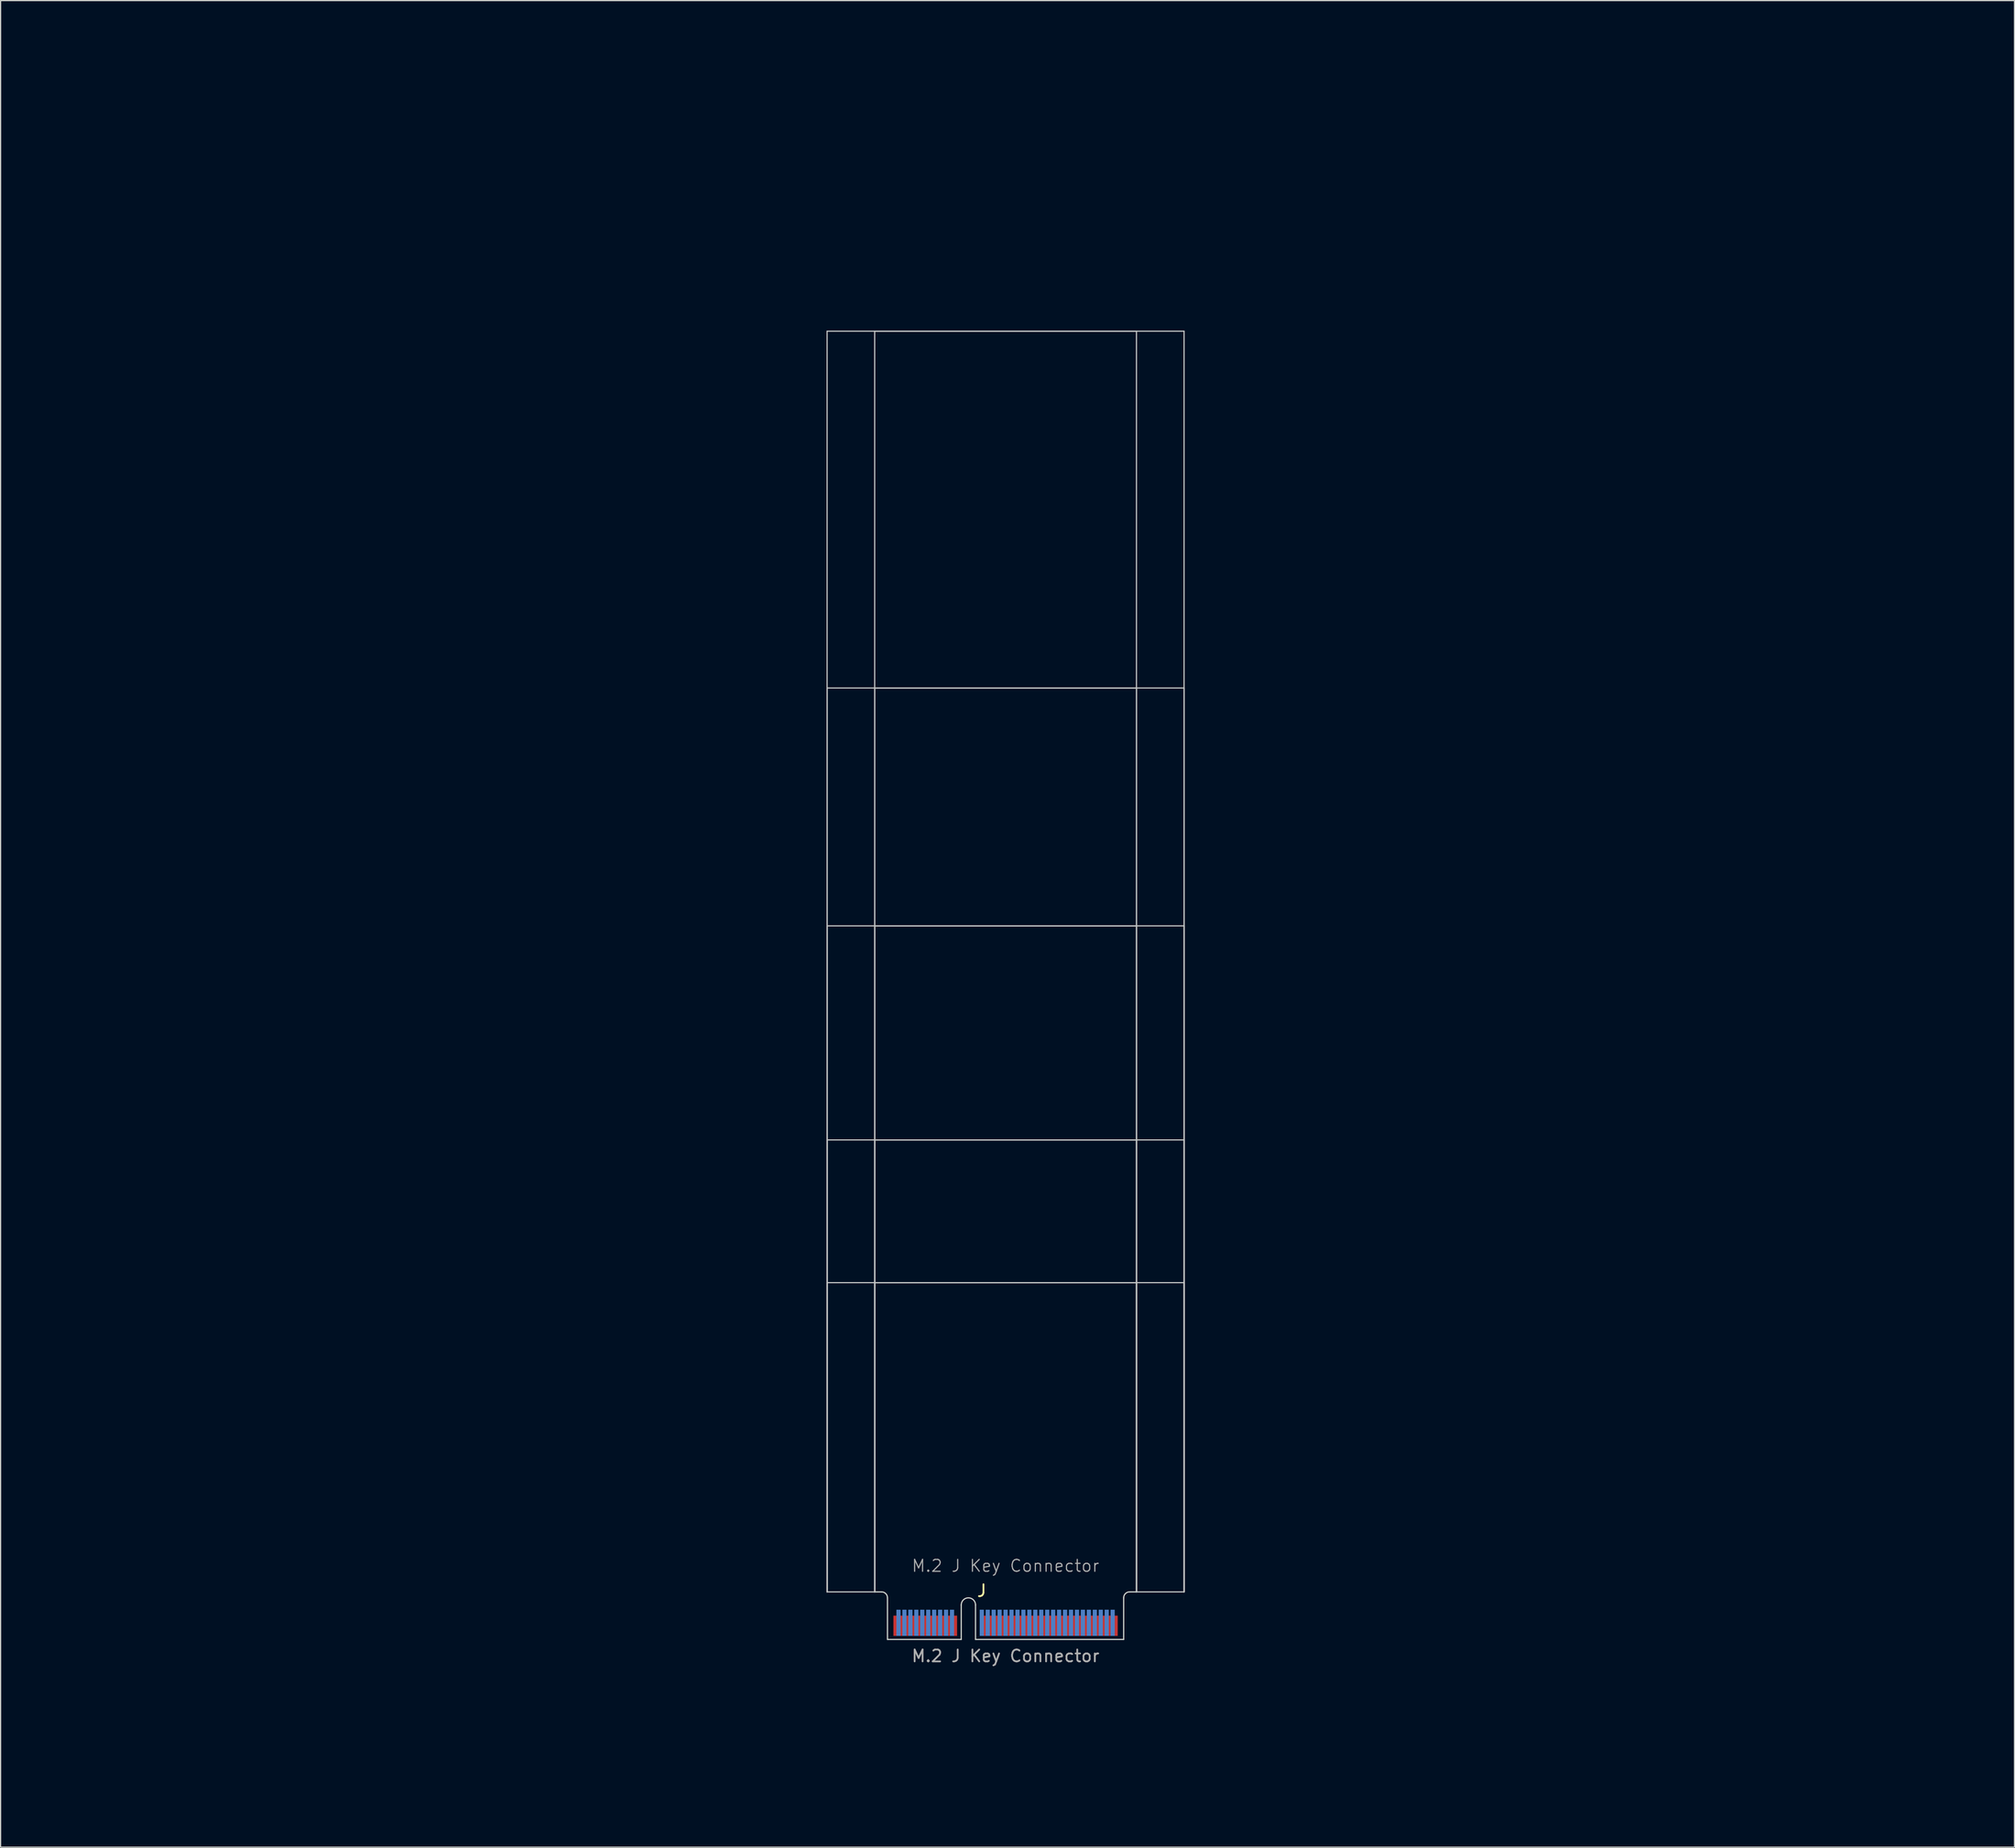
<source format=kicad_pcb>
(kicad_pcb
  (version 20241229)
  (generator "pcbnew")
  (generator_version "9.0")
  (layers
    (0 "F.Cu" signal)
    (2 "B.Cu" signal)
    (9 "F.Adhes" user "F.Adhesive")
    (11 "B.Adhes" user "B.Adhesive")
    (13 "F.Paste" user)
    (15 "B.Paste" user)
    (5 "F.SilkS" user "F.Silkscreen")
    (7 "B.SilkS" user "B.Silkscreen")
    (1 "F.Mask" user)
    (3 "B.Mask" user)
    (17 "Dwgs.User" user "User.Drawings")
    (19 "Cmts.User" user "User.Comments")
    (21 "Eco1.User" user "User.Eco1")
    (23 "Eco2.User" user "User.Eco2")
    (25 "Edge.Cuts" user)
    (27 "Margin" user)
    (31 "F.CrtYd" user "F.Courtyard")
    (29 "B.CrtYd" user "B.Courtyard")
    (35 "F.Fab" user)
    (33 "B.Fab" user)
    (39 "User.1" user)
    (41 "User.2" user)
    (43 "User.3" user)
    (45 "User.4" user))
  (footprint "M.2 J Key Connector"
    (layer "F.Cu")
    (at 81.459 133.687)
    (property "Reference" "M.2 J Key Connector" (at 0 -5.08 0) (unlocked yes) (layer "F.Fab") (effects (font (size 1 1) (thickness 0.1))))
    (attr exclude_from_pos_files exclude_from_bom)
    (fp_rect (start -9.925 -0.94) (end 9.925 1.11) (stroke (width 0) (type default)) (fill yes) (layer "F.Mask"))
    (fp_rect (start -9.925 -1.44) (end 9.925 1.11) (stroke (width 0) (type default)) (fill yes) (layer "B.Mask"))
    (fp_line (start -15 -108.89) (end 15 -108.89) (stroke (width 0.1) (type default)) (layer "Dwgs.User"))
    (fp_line (start -15 -78.89) (end 15 -78.89) (stroke (width 0.1) (type default)) (layer "Dwgs.User"))
    (fp_line (start -15 -58.89) (end 15 -58.89) (stroke (width 0.1) (type default)) (layer "Dwgs.User"))
    (fp_line (start -15 -40.89) (end 15 -40.89) (stroke (width 0.1) (type default)) (layer "Dwgs.User"))
    (fp_line (start -15 -28.89) (end 15 -28.89) (stroke (width 0.1) (type default)) (layer "Dwgs.User"))
    (fp_line (start -15 -2.89) (end -15 -108.89) (stroke (width 0.1) (type default)) (layer "Dwgs.User"))
    (fp_line (start -15 -2.89) (end -15 -78.89) (stroke (width 0.1) (type default)) (layer "Dwgs.User"))
    (fp_line (start -15 -2.89) (end -15 -58.89) (stroke (width 0.1) (type default)) (layer "Dwgs.User"))
    (fp_line (start -15 -2.89) (end -15 -40.89) (stroke (width 0.1) (type default)) (layer "Dwgs.User"))
    (fp_line (start -15 -2.89) (end -15 -28.89) (stroke (width 0.1) (type default)) (layer "Dwgs.User"))
    (fp_line (start -11 -108.89) (end 11 -108.89) (stroke (width 0.1) (type default)) (layer "Dwgs.User"))
    (fp_line (start -11 -78.89) (end 11 -78.89) (stroke (width 0.1) (type default)) (layer "Dwgs.User"))
    (fp_line (start -11 -58.89) (end 11 -58.89) (stroke (width 0.1) (type default)) (layer "Dwgs.User"))
    (fp_line (start -11 -40.89) (end 11 -40.89) (stroke (width 0.1) (type default)) (layer "Dwgs.User"))
    (fp_line (start -11 -28.89) (end 11 -28.89) (stroke (width 0.1) (type default)) (layer "Dwgs.User"))
    (fp_line (start -11 -2.89) (end -15 -2.89) (stroke (width 0.1) (type default)) (layer "Dwgs.User"))
    (fp_line (start -11 -2.89) (end -11 -108.89) (stroke (width 0.1) (type default)) (layer "Dwgs.User"))
    (fp_line (start -11 -2.89) (end -11 -78.89) (stroke (width 0.1) (type default)) (layer "Dwgs.User"))
    (fp_line (start -11 -2.89) (end -11 -58.89) (stroke (width 0.1) (type default)) (layer "Dwgs.User"))
    (fp_line (start -11 -2.89) (end -11 -40.89) (stroke (width 0.1) (type default)) (layer "Dwgs.User"))
    (fp_line (start -11 -2.89) (end -11 -28.89) (stroke (width 0.1) (type default)) (layer "Dwgs.User"))
    (fp_line (start 11 -108.89) (end 11 -2.89) (stroke (width 0.1) (type default)) (layer "Dwgs.User"))
    (fp_line (start 11 -78.89) (end 11 -2.89) (stroke (width 0.1) (type default)) (layer "Dwgs.User"))
    (fp_line (start 11 -58.89) (end 11 -2.89) (stroke (width 0.1) (type default)) (layer "Dwgs.User"))
    (fp_line (start 11 -40.89) (end 11 -2.89) (stroke (width 0.1) (type default)) (layer "Dwgs.User"))
    (fp_line (start 11 -28.89) (end 11 -2.89) (stroke (width 0.1) (type default)) (layer "Dwgs.User"))
    (fp_line (start 11 -2.89) (end 15 -2.89) (stroke (width 0.1) (type default)) (layer "Dwgs.User"))
    (fp_line (start 15 -108.89) (end 15 -2.89) (stroke (width 0.1) (type default)) (layer "Dwgs.User"))
    (fp_line (start 15 -78.89) (end 15 -2.89) (stroke (width 0.1) (type default)) (layer "Dwgs.User"))
    (fp_line (start 15 -40.89) (end 15 -2.89) (stroke (width 0.1) (type default)) (layer "Dwgs.User"))
    (fp_line (start 15 -28.89) (end 15 -2.89) (stroke (width 0.1) (type default)) (layer "Dwgs.User"))
    (fp_line (start 15 -2.89) (end 15 -58.89) (stroke (width 0.1) (type default)) (layer "Dwgs.User"))
    (fp_line (start -11 -2.89) (end -10.425 -2.89) (stroke (width 0.1) (type default)) (layer "Edge.Cuts"))
    (fp_line (start -9.925 -2.39) (end -9.925 1.11) (stroke (width 0.1) (type default)) (layer "Edge.Cuts"))
    (fp_line (start -3.725 -1.79) (end -3.725 1.11) (stroke (width 0.1) (type default)) (layer "Edge.Cuts"))
    (fp_line (start -3.725 1.11) (end -9.925 1.11) (stroke (width 0.1) (type default)) (layer "Edge.Cuts"))
    (fp_line (start -2.525 -1.79) (end -2.525 1.11) (stroke (width 0.1) (type default)) (layer "Edge.Cuts"))
    (fp_line (start -2.525 1.11) (end 9.925 1.11) (stroke (width 0.1) (type default)) (layer "Edge.Cuts"))
    (fp_line (start 9.925 -2.39) (end 9.925 1.11) (stroke (width 0.1) (type default)) (layer "Edge.Cuts"))
    (fp_line (start 10.425 -2.89) (end 11 -2.89) (stroke (width 0.1) (type default)) (layer "Edge.Cuts"))
    (fp_arc (start -10.425 -2.89) (mid -10.071447 -2.743553) (end -9.925 -2.39) (stroke (width 0.1) (type default)) (layer "Edge.Cuts"))
    (fp_arc (start -3.725 -1.79) (mid -3.125 -2.39) (end -2.525 -1.79) (stroke (width 0.1) (type default)) (layer "Edge.Cuts"))
    (fp_arc (start 9.925 -2.39) (mid 10.071447 -2.743553) (end 10.425 -2.89) (stroke (width 0.1) (type default)) (layer "Edge.Cuts"))
    (fp_line (start -0.71 -109.6) (end 0.71 -108.18) (stroke (width 0.15) (type default)) (layer "User.3"))
    (fp_line (start -0.71 -79.6) (end 0.71 -78.18) (stroke (width 0.15) (type default)) (layer "User.3"))
    (fp_line (start -0.71 -59.6) (end 0.71 -58.18) (stroke (width 0.15) (type default)) (layer "User.3"))
    (fp_line (start -0.71 -41.6) (end 0.71 -40.18) (stroke (width 0.15) (type default)) (layer "User.3"))
    (fp_line (start -0.71 -29.6) (end 0.71 -28.18) (stroke (width 0.15) (type default)) (layer "User.3"))
    (fp_line (start 0.71 -109.6) (end -0.71 -108.18) (stroke (width 0.15) (type default)) (layer "User.3"))
    (fp_line (start 0.71 -79.6) (end -0.71 -78.18) (stroke (width 0.15) (type default)) (layer "User.3"))
    (fp_line (start 0.71 -59.6) (end -0.71 -58.18) (stroke (width 0.15) (type default)) (layer "User.3"))
    (fp_line (start 0.71 -41.6) (end -0.71 -40.18) (stroke (width 0.15) (type default)) (layer "User.3"))
    (fp_line (start 0.71 -29.6) (end -0.71 -28.18) (stroke (width 0.15) (type default)) (layer "User.3"))
    (fp_rect (start -15 -108.89) (end 15 -105.09) (stroke (width 0.1) (type default)) (fill no) (layer "User.4"))
    (fp_rect (start -15 -78.89) (end 15 -75.09) (stroke (width 0.1) (type default)) (fill no) (layer "User.4"))
    (fp_rect (start -15 -58.89) (end 15 -55.09) (stroke (width 0.1) (type default)) (fill no) (layer "User.4"))
    (fp_rect (start -15 -40.89) (end 15 -37.09) (stroke (width 0.1) (type default)) (fill no) (layer "User.4"))
    (fp_rect (start -15 -28.89) (end 15 -25.09) (stroke (width 0.1) (type default)) (fill no) (layer "User.4"))
    (fp_text user "J" (at -2.48 -2.4 0) (unlocked yes) (layer "F.SilkS") (effects (font (size 1 1) (thickness 0.15)) (justify left bottom)))
    (fp_text user "${REFERENCE}" (at 0 2.5 0) (unlocked yes) (layer "F.Fab") (effects (font (size 1 1) (thickness 0.15))))
    (fp_text user "22, 30mm width and 30, 42, 60, 80, 110mm length shown in Blue (User.2 Layer)" (at 0.02 14.055 0) (unlocked yes) (layer "User.2") (effects (font (size 2 2) (thickness 0.2))))
    (fp_text user "Place \"M.2 Mounting Pad\" Footprint from library on Teal (User.3 Layer) X's" (at -0.13 9.4 0) (unlocked yes) (layer "User.3") (effects (font (size 2 2) (thickness 0.2))))
    (fp_text user "Yellow areas (User.4 Layer) reserverd for RF recepticals or for components when no RF recepticals used." (at 0.165 4.83 0) (unlocked yes) (layer "User.4") (effects (font (size 2 2) (thickness 0.2))))
    (dimension (type orthogonal) (layer "User.2") (pts (xy 70.459 24.797) (xy 92.459 24.797)) (height -12.48) (orientation 0) (format (prefix "") (suffix "") (units 3) (units_format 0) (precision 4) (suppress_zeroes yes)) (style (thickness 0.1) (arrow_length 1.27) (text_position_mode 0) (arrow_direction outward) (extension_height 0.586) (extension_offset 0.5) (keep_text_aligned yes)) (gr_text "22" (at 81.459 8.917 0) (layer "User.2") (effects (font (size 3 3) (thickness 0.4)))))
    (dimension (type orthogonal) (layer "User.2") (pts (xy 91.384 134.797) (xy 91.384 74.797)) (height 45.245) (orientation 1) (format (prefix "") (suffix "") (units 3) (units_format 0) (precision 4) (suppress_zeroes yes)) (style (thickness 0.1) (arrow_length 1.27) (text_position_mode 0) (arrow_direction outward) (extension_height 0.586) (extension_offset 0.5) (keep_text_aligned yes)) (gr_text "60" (at 133.329 104.797 90) (layer "User.2") (effects (font (size 3 3) (thickness 0.3)))))
    (dimension (type orthogonal) (layer "User.2") (pts (xy 91.384 134.797) (xy 91.384 92.797)) (height 32.695) (orientation 1) (format (prefix "") (suffix "") (units 3) (units_format 0) (precision 4) (suppress_zeroes yes)) (style (thickness 0.1) (arrow_length 1.27) (text_position_mode 0) (arrow_direction outward) (extension_height 0.586) (extension_offset 0.5) (keep_text_aligned yes)) (gr_text "42" (at 120.779 113.797 90) (layer "User.2") (effects (font (size 3 3) (thickness 0.3)))))
    (dimension (type orthogonal) (layer "User.2") (pts (xy 91.384 134.797) (xy 91.384 24.797)) (height 69.74) (orientation 1) (format (prefix "") (suffix "") (units 3) (units_format 0) (precision 4) (suppress_zeroes yes)) (style (thickness 0.1) (arrow_length 1.27) (text_position_mode 0) (arrow_direction outward) (extension_height 0.586) (extension_offset 0.5) (keep_text_aligned yes)) (gr_text "110" (at 157.824 79.797 90) (layer "User.2") (effects (font (size 3 3) (thickness 0.3)))))
    (dimension (type orthogonal) (layer "User.2") (pts (xy 91.384 134.797) (xy 91.384 104.797)) (height 20.795) (orientation 1) (format (prefix "") (suffix "") (units 3) (units_format 0) (precision 4) (suppress_zeroes yes)) (style (thickness 0.1) (arrow_length 1.27) (text_position_mode 0) (arrow_direction outward) (extension_height 0.586) (extension_offset 0.5) (keep_text_aligned yes)) (gr_text "30" (at 108.879 119.797 90) (layer "User.2") (effects (font (size 3 3) (thickness 0.3)))))
    (dimension (type orthogonal) (layer "User.2") (pts (xy 66.459 23.687) (xy 96.459 23.687)) (height -17.83) (orientation 0) (format (prefix "") (suffix "") (units 3) (units_format 0) (precision 4) (suppress_zeroes yes)) (style (thickness 0.1) (arrow_length 1.27) (text_position_mode 0) (arrow_direction outward) (extension_height 0.586) (extension_offset 0.5) (keep_text_aligned yes)) (gr_text "30" (at 81.459 2.457 0) (layer "User.2") (effects (font (size 3 3) (thickness 0.4)))))
    (dimension (type orthogonal) (layer "User.2") (pts (xy 91.369 134.797) (xy 91.369 54.797)) (height 58.985) (orientation 1) (format (prefix "") (suffix "") (units 3) (units_format 0) (precision 4) (suppress_zeroes yes)) (style (thickness 0.1) (arrow_length 1.27) (text_position_mode 0) (arrow_direction outward) (extension_height 0.586) (extension_offset 0.5) (keep_text_aligned yes)) (gr_text "80" (at 147.054 94.797 90) (layer "User.2") (effects (font (size 3 3) (thickness 0.3)))))
    (pad "1" smd rect (at 9.25 -0.04 180) (size 0.35 1.7) (layers "F.Cu"))
    (pad "2" smd rect (at 9 -0.29 180) (size 0.35 2.2) (layers "B.Cu"))
    (pad "3" smd rect (at 8.75 -0.04 180) (size 0.35 1.7) (layers "F.Cu"))
    (pad "4" smd rect (at 8.5 -0.29 180) (size 0.35 2.2) (layers "B.Cu"))
    (pad "5" smd rect (at 8.25 -0.04 180) (size 0.35 1.7) (layers "F.Cu"))
    (pad "6" smd rect (at 8 -0.29 180) (size 0.35 2.2) (layers "B.Cu"))
    (pad "7" smd rect (at 7.75 -0.04 180) (size 0.35 1.7) (layers "F.Cu"))
    (pad "8" smd rect (at 7.5 -0.29 180) (size 0.35 2.2) (layers "B.Cu"))
    (pad "9" smd rect (at 7.25 -0.04 180) (size 0.35 1.7) (layers "F.Cu"))
    (pad "10" smd rect (at 7 -0.29 180) (size 0.35 2.2) (layers "B.Cu"))
    (pad "11" smd rect (at 6.75 -0.04 180) (size 0.35 1.7) (layers "F.Cu"))
    (pad "12" smd rect (at 6.5 -0.29 180) (size 0.35 2.2) (layers "B.Cu"))
    (pad "13" smd rect (at 6.25 -0.04 180) (size 0.35 1.7) (layers "F.Cu"))
    (pad "14" smd rect (at 6 -0.29 180) (size 0.35 2.2) (layers "B.Cu"))
    (pad "15" smd rect (at 5.75 -0.04 180) (size 0.35 1.7) (layers "F.Cu"))
    (pad "16" smd rect (at 5.5 -0.29 180) (size 0.35 2.2) (layers "B.Cu"))
    (pad "17" smd rect (at 5.25 -0.04 180) (size 0.35 1.7) (layers "F.Cu"))
    (pad "18" smd rect (at 5 -0.29 180) (size 0.35 2.2) (layers "B.Cu"))
    (pad "19" smd rect (at 4.75 -0.04 180) (size 0.35 1.7) (layers "F.Cu"))
    (pad "20" smd rect (at 4.5 -0.29 180) (size 0.35 2.2) (layers "B.Cu"))
    (pad "21" smd rect (at 4.25 -0.04 180) (size 0.35 1.7) (layers "F.Cu"))
    (pad "22" smd rect (at 4 -0.29 180) (size 0.35 2.2) (layers "B.Cu"))
    (pad "23" smd rect (at 3.75 -0.04 180) (size 0.35 1.7) (layers "F.Cu"))
    (pad "24" smd rect (at 3.5 -0.29 180) (size 0.35 2.2) (layers "B.Cu"))
    (pad "25" smd rect (at 3.25 -0.04 180) (size 0.35 1.7) (layers "F.Cu"))
    (pad "26" smd rect (at 3 -0.29 180) (size 0.35 2.2) (layers "B.Cu"))
    (pad "27" smd rect (at 2.75 -0.04 180) (size 0.35 1.7) (layers "F.Cu"))
    (pad "28" smd rect (at 2.5 -0.29 180) (size 0.35 2.2) (layers "B.Cu"))
    (pad "29" smd rect (at 2.25 -0.04 180) (size 0.35 1.7) (layers "F.Cu"))
    (pad "30" smd rect (at 2 -0.29 180) (size 0.35 2.2) (layers "B.Cu"))
    (pad "31" smd rect (at 1.75 -0.04 180) (size 0.35 1.7) (layers "F.Cu"))
    (pad "32" smd rect (at 1.5 -0.29 180) (size 0.35 2.2) (layers "B.Cu"))
    (pad "33" smd rect (at 1.25 -0.04 180) (size 0.35 1.7) (layers "F.Cu"))
    (pad "34" smd rect (at 1 -0.29 180) (size 0.35 2.2) (layers "B.Cu"))
    (pad "35" smd rect (at 0.75 -0.04 180) (size 0.35 1.7) (layers "F.Cu"))
    (pad "36" smd rect (at 0.5 -0.29 180) (size 0.35 2.2) (layers "B.Cu"))
    (pad "37" smd rect (at 0.25 -0.04 180) (size 0.35 1.7) (layers "F.Cu"))
    (pad "38" smd rect (at 0 -0.29 180) (size 0.35 2.2) (layers "B.Cu"))
    (pad "39" smd rect (at -0.25 -0.04 180) (size 0.35 1.7) (layers "F.Cu"))
    (pad "40" smd rect (at -0.5 -0.29 180) (size 0.35 2.2) (layers "B.Cu"))
    (pad "41" smd rect (at -0.75 -0.04 180) (size 0.35 1.7) (layers "F.Cu"))
    (pad "42" smd rect (at -1 -0.29 180) (size 0.35 2.2) (layers "B.Cu"))
    (pad "43" smd rect (at -1.25 -0.04 180) (size 0.35 1.7) (layers "F.Cu"))
    (pad "44" smd rect (at -1.5 -0.29 180) (size 0.35 2.2) (layers "B.Cu"))
    (pad "45" smd rect (at -1.75 -0.04 180) (size 0.35 1.7) (layers "F.Cu"))
    (pad "46" smd rect (at -2 -0.29 180) (size 0.35 2.2) (layers "B.Cu"))
    (pad "55" smd rect (at -4.25 -0.04 180) (size 0.35 1.7) (layers "F.Cu"))
    (pad "56" smd rect (at -4.5 -0.29 180) (size 0.35 2.2) (layers "B.Cu"))
    (pad "57" smd rect (at -4.75 -0.04 180) (size 0.35 1.7) (layers "F.Cu"))
    (pad "58" smd rect (at -5 -0.29 180) (size 0.35 2.2) (layers "B.Cu"))
    (pad "59" smd rect (at -5.25 -0.04 180) (size 0.35 1.7) (layers "F.Cu"))
    (pad "60" smd rect (at -5.5 -0.29 180) (size 0.35 2.2) (layers "B.Cu"))
    (pad "61" smd rect (at -5.75 -0.04 180) (size 0.35 1.7) (layers "F.Cu"))
    (pad "62" smd rect (at -6 -0.29 180) (size 0.35 2.2) (layers "B.Cu"))
    (pad "63" smd rect (at -6.25 -0.04 180) (size 0.35 1.7) (layers "F.Cu"))
    (pad "64" smd rect (at -6.5 -0.29 180) (size 0.35 2.2) (layers "B.Cu"))
    (pad "65" smd rect (at -6.75 -0.04 180) (size 0.35 1.7) (layers "F.Cu"))
    (pad "66" smd rect (at -7 -0.29 180) (size 0.35 2.2) (layers "B.Cu"))
    (pad "67" smd rect (at -7.25 -0.04 180) (size 0.35 1.7) (layers "F.Cu"))
    (pad "68" smd rect (at -7.5 -0.29 180) (size 0.35 2.2) (layers "B.Cu"))
    (pad "69" smd rect (at -7.75 -0.04 180) (size 0.35 1.7) (layers "F.Cu"))
    (pad "70" smd rect (at -8 -0.29 180) (size 0.35 2.2) (layers "B.Cu"))
    (pad "71" smd rect (at -8.25 -0.04 180) (size 0.35 1.7) (layers "F.Cu"))
    (pad "72" smd rect (at -8.5 -0.29 180) (size 0.35 2.2) (layers "B.Cu"))
    (pad "73" smd rect (at -8.75 -0.04 180) (size 0.35 1.7) (layers "F.Cu"))
    (pad "74" smd rect (at -9 -0.29 180) (size 0.35 2.2) (layers "B.Cu"))
    (pad "75" smd rect (at -9.25 -0.04 180) (size 0.35 1.7) (layers "F.Cu"))
    (zone (net_name "") (layer "F.Cu") (name "Front Component Keepout") (hatch edge 0.5) (connect_pads) (min_thickness 0.25) (filled_areas_thickness no) (keepout (tracks allowed) (vias allowed) (pads not_allowed) (copperpour allowed) (footprints not_allowed)) (placement (enabled no)) (fill) (polygon (pts (xy 92.459 130.797) (xy 92.459 134.797) (xy 70.459 134.797) (xy 70.459 130.797))))
    (zone (net_name "") (layer "B.Cu") (name "Rear Component Keepout") (hatch full 0.5) (connect_pads) (min_thickness 0.25) (filled_areas_thickness no) (keepout (tracks allowed) (vias allowed) (pads not_allowed) (copperpour allowed) (footprints not_allowed)) (placement (enabled no)) (fill) (polygon (pts (xy 96.459 134.797) (xy 96.459 129.597) (xy 66.459 129.597) (xy 66.459 134.797)))))
  (gr_rect
    (start -3 -3)
    (end 166.248 152.263)
    (stroke (width 0.1) (type default))
    (fill no)
    (layer "Edge.Cuts")))
</source>
